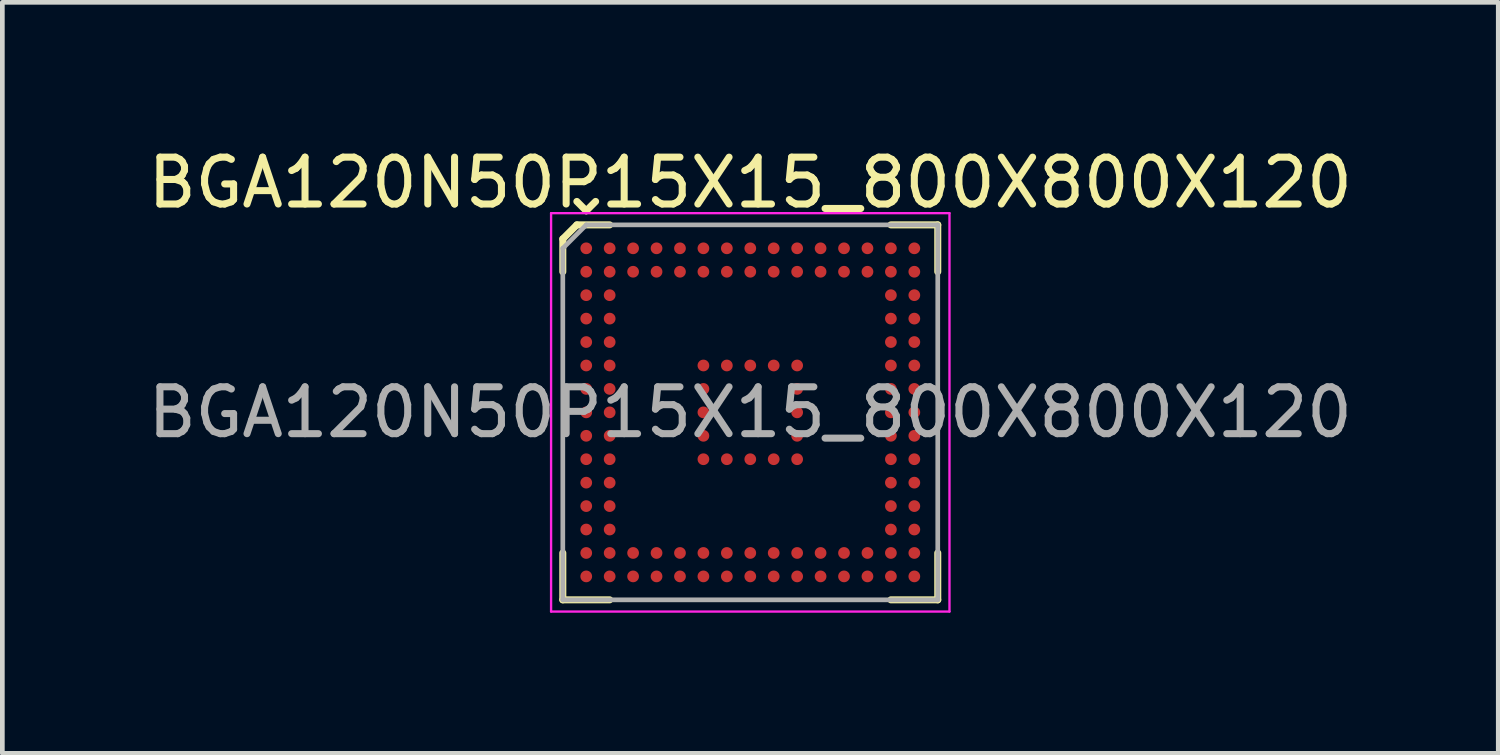
<source format=kicad_pcb>
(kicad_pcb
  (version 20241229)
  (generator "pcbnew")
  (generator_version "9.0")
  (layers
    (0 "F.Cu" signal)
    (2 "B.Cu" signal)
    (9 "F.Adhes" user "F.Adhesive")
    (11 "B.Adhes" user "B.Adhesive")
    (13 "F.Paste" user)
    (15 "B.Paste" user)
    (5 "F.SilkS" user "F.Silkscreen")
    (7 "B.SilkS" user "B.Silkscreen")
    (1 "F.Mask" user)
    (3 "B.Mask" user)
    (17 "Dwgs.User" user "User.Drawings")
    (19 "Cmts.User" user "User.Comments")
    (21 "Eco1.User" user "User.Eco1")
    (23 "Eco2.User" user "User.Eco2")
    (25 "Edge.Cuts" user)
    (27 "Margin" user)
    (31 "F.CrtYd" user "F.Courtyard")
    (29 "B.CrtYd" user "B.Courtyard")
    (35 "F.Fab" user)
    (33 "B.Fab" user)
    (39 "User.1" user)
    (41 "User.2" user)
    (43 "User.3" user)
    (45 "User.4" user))
  (footprint "BGA120N50P15X15_800X800X120"
    (layer "F.Cu")
    (at 12.958 5.748)
    (property "Reference" "BGA120N50P15X15_800X800X120" (at 0 -4.9 0) (layer "F.SilkS") (effects (font (size 1 1) (thickness 0.15))))
    (attr smd)
    (fp_line (start -4 -3.7) (end -4 -3) (stroke (width 0.15) (type solid)) (layer "F.SilkS"))
    (fp_line (start -4 4) (end -4 3) (stroke (width 0.15) (type solid)) (layer "F.SilkS"))
    (fp_line (start -3.7 -4) (end -4 -3.7) (stroke (width 0.15) (type solid)) (layer "F.SilkS"))
    (fp_line (start -3.5 -4.3) (end -3.7 -4.5) (stroke (width 0.15) (type solid)) (layer "F.SilkS"))
    (fp_line (start -3.5 -4.3) (end -3.3 -4.5) (stroke (width 0.15) (type solid)) (layer "F.SilkS"))
    (fp_line (start -3 -4) (end -3.7 -4) (stroke (width 0.15) (type solid)) (layer "F.SilkS"))
    (fp_line (start -3 4) (end -4 4) (stroke (width 0.15) (type solid)) (layer "F.SilkS"))
    (fp_line (start 3 -4) (end 4 -4) (stroke (width 0.15) (type solid)) (layer "F.SilkS"))
    (fp_line (start 3 4) (end 4 4) (stroke (width 0.15) (type solid)) (layer "F.SilkS"))
    (fp_line (start 4 -4) (end 4 -3) (stroke (width 0.15) (type solid)) (layer "F.SilkS"))
    (fp_line (start 4 4) (end 4 3) (stroke (width 0.15) (type solid)) (layer "F.SilkS"))
    (fp_line (start -4.25 -4.25) (end 4.25 -4.25) (stroke (width 0.05) (type solid)) (layer "F.CrtYd"))
    (fp_line (start -4.25 4.25) (end -4.25 -4.25) (stroke (width 0.05) (type solid)) (layer "F.CrtYd"))
    (fp_line (start 4.25 -4.25) (end 4.25 4.25) (stroke (width 0.05) (type solid)) (layer "F.CrtYd"))
    (fp_line (start 4.25 4.25) (end -4.25 4.25) (stroke (width 0.05) (type solid)) (layer "F.CrtYd"))
    (fp_line (start -4 -3.5) (end -3.5 -4) (stroke (width 0.1) (type solid)) (layer "F.Fab"))
    (fp_line (start -4 4) (end -4 -3.5) (stroke (width 0.1) (type solid)) (layer "F.Fab"))
    (fp_line (start -3.5 -4) (end 4 -4) (stroke (width 0.1) (type solid)) (layer "F.Fab"))
    (fp_line (start 4 -4) (end 4 4) (stroke (width 0.1) (type solid)) (layer "F.Fab"))
    (fp_line (start 4 4) (end -4 4) (stroke (width 0.1) (type solid)) (layer "F.Fab"))
    (fp_text user "${REFERENCE}" (at 0 0 0) (unlocked yes) (layer "F.Fab") (effects (font (size 1 1) (thickness 0.15))))
    (pad "A1" smd circle (at -3.5 -3.5) (size 0.25 0.25) (layers "F.Cu" "F.Mask" "F.Paste"))
    (pad "A2" smd circle (at -3 -3.5) (size 0.25 0.25) (layers "F.Cu" "F.Mask" "F.Paste"))
    (pad "A3" smd circle (at -2.5 -3.5) (size 0.25 0.25) (layers "F.Cu" "F.Mask" "F.Paste"))
    (pad "A4" smd circle (at -2 -3.5) (size 0.25 0.25) (layers "F.Cu" "F.Mask" "F.Paste"))
    (pad "A5" smd circle (at -1.5 -3.5) (size 0.25 0.25) (layers "F.Cu" "F.Mask" "F.Paste"))
    (pad "A6" smd circle (at -1 -3.5) (size 0.25 0.25) (layers "F.Cu" "F.Mask" "F.Paste"))
    (pad "A7" smd circle (at -0.5 -3.5) (size 0.25 0.25) (layers "F.Cu" "F.Mask" "F.Paste"))
    (pad "A8" smd circle (at 0 -3.5) (size 0.25 0.25) (layers "F.Cu" "F.Mask" "F.Paste"))
    (pad "A9" smd circle (at 0.5 -3.5) (size 0.25 0.25) (layers "F.Cu" "F.Mask" "F.Paste"))
    (pad "A10" smd circle (at 1 -3.5) (size 0.25 0.25) (layers "F.Cu" "F.Mask" "F.Paste"))
    (pad "A11" smd circle (at 1.5 -3.5) (size 0.25 0.25) (layers "F.Cu" "F.Mask" "F.Paste"))
    (pad "A12" smd circle (at 2 -3.5) (size 0.25 0.25) (layers "F.Cu" "F.Mask" "F.Paste"))
    (pad "A13" smd circle (at 2.5 -3.5) (size 0.25 0.25) (layers "F.Cu" "F.Mask" "F.Paste"))
    (pad "A14" smd circle (at 3 -3.5) (size 0.25 0.25) (layers "F.Cu" "F.Mask" "F.Paste"))
    (pad "A15" smd circle (at 3.5 -3.5) (size 0.25 0.25) (layers "F.Cu" "F.Mask" "F.Paste"))
    (pad "B1" smd circle (at -3.5 -3) (size 0.25 0.25) (layers "F.Cu" "F.Mask" "F.Paste"))
    (pad "B2" smd circle (at -3 -3) (size 0.25 0.25) (layers "F.Cu" "F.Mask" "F.Paste"))
    (pad "B3" smd circle (at -2.5 -3) (size 0.25 0.25) (layers "F.Cu" "F.Mask" "F.Paste"))
    (pad "B4" smd circle (at -2 -3) (size 0.25 0.25) (layers "F.Cu" "F.Mask" "F.Paste"))
    (pad "B5" smd circle (at -1.5 -3) (size 0.25 0.25) (layers "F.Cu" "F.Mask" "F.Paste"))
    (pad "B6" smd circle (at -1 -3) (size 0.25 0.25) (layers "F.Cu" "F.Mask" "F.Paste"))
    (pad "B7" smd circle (at -0.5 -3) (size 0.25 0.25) (layers "F.Cu" "F.Mask" "F.Paste"))
    (pad "B8" smd circle (at 0 -3) (size 0.25 0.25) (layers "F.Cu" "F.Mask" "F.Paste"))
    (pad "B9" smd circle (at 0.5 -3) (size 0.25 0.25) (layers "F.Cu" "F.Mask" "F.Paste"))
    (pad "B10" smd circle (at 1 -3) (size 0.25 0.25) (layers "F.Cu" "F.Mask" "F.Paste"))
    (pad "B11" smd circle (at 1.5 -3) (size 0.25 0.25) (layers "F.Cu" "F.Mask" "F.Paste"))
    (pad "B12" smd circle (at 2 -3) (size 0.25 0.25) (layers "F.Cu" "F.Mask" "F.Paste"))
    (pad "B13" smd circle (at 2.5 -3) (size 0.25 0.25) (layers "F.Cu" "F.Mask" "F.Paste"))
    (pad "B14" smd circle (at 3 -3) (size 0.25 0.25) (layers "F.Cu" "F.Mask" "F.Paste"))
    (pad "B15" smd circle (at 3.5 -3) (size 0.25 0.25) (layers "F.Cu" "F.Mask" "F.Paste"))
    (pad "C1" smd circle (at -3.5 -2.5) (size 0.25 0.25) (layers "F.Cu" "F.Mask" "F.Paste"))
    (pad "C2" smd circle (at -3 -2.5) (size 0.25 0.25) (layers "F.Cu" "F.Mask" "F.Paste"))
    (pad "C14" smd circle (at 3 -2.5) (size 0.25 0.25) (layers "F.Cu" "F.Mask" "F.Paste"))
    (pad "C15" smd circle (at 3.5 -2.5) (size 0.25 0.25) (layers "F.Cu" "F.Mask" "F.Paste"))
    (pad "D1" smd circle (at -3.5 -2) (size 0.25 0.25) (layers "F.Cu" "F.Mask" "F.Paste"))
    (pad "D2" smd circle (at -3 -2) (size 0.25 0.25) (layers "F.Cu" "F.Mask" "F.Paste"))
    (pad "D14" smd circle (at 3 -2) (size 0.25 0.25) (layers "F.Cu" "F.Mask" "F.Paste"))
    (pad "D15" smd circle (at 3.5 -2) (size 0.25 0.25) (layers "F.Cu" "F.Mask" "F.Paste"))
    (pad "E1" smd circle (at -3.5 -1.5) (size 0.25 0.25) (layers "F.Cu" "F.Mask" "F.Paste"))
    (pad "E2" smd circle (at -3 -1.5) (size 0.25 0.25) (layers "F.Cu" "F.Mask" "F.Paste"))
    (pad "E14" smd circle (at 3 -1.5) (size 0.25 0.25) (layers "F.Cu" "F.Mask" "F.Paste"))
    (pad "E15" smd circle (at 3.5 -1.5) (size 0.25 0.25) (layers "F.Cu" "F.Mask" "F.Paste"))
    (pad "F1" smd circle (at -3.5 -1) (size 0.25 0.25) (layers "F.Cu" "F.Mask" "F.Paste"))
    (pad "F2" smd circle (at -3 -1) (size 0.25 0.25) (layers "F.Cu" "F.Mask" "F.Paste"))
    (pad "F6" smd circle (at -1 -1) (size 0.25 0.25) (layers "F.Cu" "F.Mask" "F.Paste"))
    (pad "F7" smd circle (at -0.5 -1) (size 0.25 0.25) (layers "F.Cu" "F.Mask" "F.Paste"))
    (pad "F8" smd circle (at 0 -1) (size 0.25 0.25) (layers "F.Cu" "F.Mask" "F.Paste"))
    (pad "F9" smd circle (at 0.5 -1) (size 0.25 0.25) (layers "F.Cu" "F.Mask" "F.Paste"))
    (pad "F10" smd circle (at 1 -1) (size 0.25 0.25) (layers "F.Cu" "F.Mask" "F.Paste"))
    (pad "F14" smd circle (at 3 -1) (size 0.25 0.25) (layers "F.Cu" "F.Mask" "F.Paste"))
    (pad "F15" smd circle (at 3.5 -1) (size 0.25 0.25) (layers "F.Cu" "F.Mask" "F.Paste"))
    (pad "G1" smd circle (at -3.5 -0.5) (size 0.25 0.25) (layers "F.Cu" "F.Mask" "F.Paste"))
    (pad "G2" smd circle (at -3 -0.5) (size 0.25 0.25) (layers "F.Cu" "F.Mask" "F.Paste"))
    (pad "G6" smd circle (at -1 -0.5) (size 0.25 0.25) (layers "F.Cu" "F.Mask" "F.Paste"))
    (pad "G10" smd circle (at 1 -0.5) (size 0.25 0.25) (layers "F.Cu" "F.Mask" "F.Paste"))
    (pad "G14" smd circle (at 3 -0.5) (size 0.25 0.25) (layers "F.Cu" "F.Mask" "F.Paste"))
    (pad "G15" smd circle (at 3.5 -0.5) (size 0.25 0.25) (layers "F.Cu" "F.Mask" "F.Paste"))
    (pad "H1" smd circle (at -3.5 0) (size 0.25 0.25) (layers "F.Cu" "F.Mask" "F.Paste"))
    (pad "H2" smd circle (at -3 0) (size 0.25 0.25) (layers "F.Cu" "F.Mask" "F.Paste"))
    (pad "H6" smd circle (at -1 0) (size 0.25 0.25) (layers "F.Cu" "F.Mask" "F.Paste"))
    (pad "H10" smd circle (at 1 0) (size 0.25 0.25) (layers "F.Cu" "F.Mask" "F.Paste"))
    (pad "H14" smd circle (at 3 0) (size 0.25 0.25) (layers "F.Cu" "F.Mask" "F.Paste"))
    (pad "H15" smd circle (at 3.5 0) (size 0.25 0.25) (layers "F.Cu" "F.Mask" "F.Paste"))
    (pad "J1" smd circle (at -3.5 0.5) (size 0.25 0.25) (layers "F.Cu" "F.Mask" "F.Paste"))
    (pad "J2" smd circle (at -3 0.5) (size 0.25 0.25) (layers "F.Cu" "F.Mask" "F.Paste"))
    (pad "J6" smd circle (at -1 0.5) (size 0.25 0.25) (layers "F.Cu" "F.Mask" "F.Paste"))
    (pad "J10" smd circle (at 1 0.5) (size 0.25 0.25) (layers "F.Cu" "F.Mask" "F.Paste"))
    (pad "J14" smd circle (at 3 0.5) (size 0.25 0.25) (layers "F.Cu" "F.Mask" "F.Paste"))
    (pad "J15" smd circle (at 3.5 0.5) (size 0.25 0.25) (layers "F.Cu" "F.Mask" "F.Paste"))
    (pad "K1" smd circle (at -3.5 1) (size 0.25 0.25) (layers "F.Cu" "F.Mask" "F.Paste"))
    (pad "K2" smd circle (at -3 1) (size 0.25 0.25) (layers "F.Cu" "F.Mask" "F.Paste"))
    (pad "K6" smd circle (at -1 1) (size 0.25 0.25) (layers "F.Cu" "F.Mask" "F.Paste"))
    (pad "K7" smd circle (at -0.5 1) (size 0.25 0.25) (layers "F.Cu" "F.Mask" "F.Paste"))
    (pad "K8" smd circle (at 0 1) (size 0.25 0.25) (layers "F.Cu" "F.Mask" "F.Paste"))
    (pad "K9" smd circle (at 0.5 1) (size 0.25 0.25) (layers "F.Cu" "F.Mask" "F.Paste"))
    (pad "K10" smd circle (at 1 1) (size 0.25 0.25) (layers "F.Cu" "F.Mask" "F.Paste"))
    (pad "K14" smd circle (at 3 1) (size 0.25 0.25) (layers "F.Cu" "F.Mask" "F.Paste"))
    (pad "K15" smd circle (at 3.5 1) (size 0.25 0.25) (layers "F.Cu" "F.Mask" "F.Paste"))
    (pad "L1" smd circle (at -3.5 1.5) (size 0.25 0.25) (layers "F.Cu" "F.Mask" "F.Paste"))
    (pad "L2" smd circle (at -3 1.5) (size 0.25 0.25) (layers "F.Cu" "F.Mask" "F.Paste"))
    (pad "L14" smd circle (at 3 1.5) (size 0.25 0.25) (layers "F.Cu" "F.Mask" "F.Paste"))
    (pad "L15" smd circle (at 3.5 1.5) (size 0.25 0.25) (layers "F.Cu" "F.Mask" "F.Paste"))
    (pad "M1" smd circle (at -3.5 2) (size 0.25 0.25) (layers "F.Cu" "F.Mask" "F.Paste"))
    (pad "M2" smd circle (at -3 2) (size 0.25 0.25) (layers "F.Cu" "F.Mask" "F.Paste"))
    (pad "M14" smd circle (at 3 2) (size 0.25 0.25) (layers "F.Cu" "F.Mask" "F.Paste"))
    (pad "M15" smd circle (at 3.5 2) (size 0.25 0.25) (layers "F.Cu" "F.Mask" "F.Paste"))
    (pad "N1" smd circle (at -3.5 2.5) (size 0.25 0.25) (layers "F.Cu" "F.Mask" "F.Paste"))
    (pad "N2" smd circle (at -3 2.5) (size 0.25 0.25) (layers "F.Cu" "F.Mask" "F.Paste"))
    (pad "N14" smd circle (at 3 2.5) (size 0.25 0.25) (layers "F.Cu" "F.Mask" "F.Paste"))
    (pad "N15" smd circle (at 3.5 2.5) (size 0.25 0.25) (layers "F.Cu" "F.Mask" "F.Paste"))
    (pad "P1" smd circle (at -3.5 3) (size 0.25 0.25) (layers "F.Cu" "F.Mask" "F.Paste"))
    (pad "P2" smd circle (at -3 3) (size 0.25 0.25) (layers "F.Cu" "F.Mask" "F.Paste"))
    (pad "P3" smd circle (at -2.5 3) (size 0.25 0.25) (layers "F.Cu" "F.Mask" "F.Paste"))
    (pad "P4" smd circle (at -2 3) (size 0.25 0.25) (layers "F.Cu" "F.Mask" "F.Paste"))
    (pad "P5" smd circle (at -1.5 3) (size 0.25 0.25) (layers "F.Cu" "F.Mask" "F.Paste"))
    (pad "P6" smd circle (at -1 3) (size 0.25 0.25) (layers "F.Cu" "F.Mask" "F.Paste"))
    (pad "P7" smd circle (at -0.5 3) (size 0.25 0.25) (layers "F.Cu" "F.Mask" "F.Paste"))
    (pad "P8" smd circle (at 0 3) (size 0.25 0.25) (layers "F.Cu" "F.Mask" "F.Paste"))
    (pad "P9" smd circle (at 0.5 3) (size 0.25 0.25) (layers "F.Cu" "F.Mask" "F.Paste"))
    (pad "P10" smd circle (at 1 3) (size 0.25 0.25) (layers "F.Cu" "F.Mask" "F.Paste"))
    (pad "P11" smd circle (at 1.5 3) (size 0.25 0.25) (layers "F.Cu" "F.Mask" "F.Paste"))
    (pad "P12" smd circle (at 2 3) (size 0.25 0.25) (layers "F.Cu" "F.Mask" "F.Paste"))
    (pad "P13" smd circle (at 2.5 3) (size 0.25 0.25) (layers "F.Cu" "F.Mask" "F.Paste"))
    (pad "P14" smd circle (at 3 3) (size 0.25 0.25) (layers "F.Cu" "F.Mask" "F.Paste"))
    (pad "P15" smd circle (at 3.5 3) (size 0.25 0.25) (layers "F.Cu" "F.Mask" "F.Paste"))
    (pad "R1" smd circle (at -3.5 3.5) (size 0.25 0.25) (layers "F.Cu" "F.Mask" "F.Paste"))
    (pad "R2" smd circle (at -3 3.5) (size 0.25 0.25) (layers "F.Cu" "F.Mask" "F.Paste"))
    (pad "R3" smd circle (at -2.5 3.5) (size 0.25 0.25) (layers "F.Cu" "F.Mask" "F.Paste"))
    (pad "R4" smd circle (at -2 3.5) (size 0.25 0.25) (layers "F.Cu" "F.Mask" "F.Paste"))
    (pad "R5" smd circle (at -1.5 3.5) (size 0.25 0.25) (layers "F.Cu" "F.Mask" "F.Paste"))
    (pad "R6" smd circle (at -1 3.5) (size 0.25 0.25) (layers "F.Cu" "F.Mask" "F.Paste"))
    (pad "R7" smd circle (at -0.5 3.5) (size 0.25 0.25) (layers "F.Cu" "F.Mask" "F.Paste"))
    (pad "R8" smd circle (at 0 3.5) (size 0.25 0.25) (layers "F.Cu" "F.Mask" "F.Paste"))
    (pad "R9" smd circle (at 0.5 3.5) (size 0.25 0.25) (layers "F.Cu" "F.Mask" "F.Paste"))
    (pad "R10" smd circle (at 1 3.5) (size 0.25 0.25) (layers "F.Cu" "F.Mask" "F.Paste"))
    (pad "R11" smd circle (at 1.5 3.5) (size 0.25 0.25) (layers "F.Cu" "F.Mask" "F.Paste"))
    (pad "R12" smd circle (at 2 3.5) (size 0.25 0.25) (layers "F.Cu" "F.Mask" "F.Paste"))
    (pad "R13" smd circle (at 2.5 3.5) (size 0.25 0.25) (layers "F.Cu" "F.Mask" "F.Paste"))
    (pad "R14" smd circle (at 3 3.5) (size 0.25 0.25) (layers "F.Cu" "F.Mask" "F.Paste"))
    (pad "R15" smd circle (at 3.5 3.5) (size 0.25 0.25) (layers "F.Cu" "F.Mask" "F.Paste")))
  (gr_rect
    (start -3 -3)
    (end 28.917 13.023)
    (stroke (width 0.1) (type default))
    (fill no)
    (layer "Edge.Cuts")))
</source>
